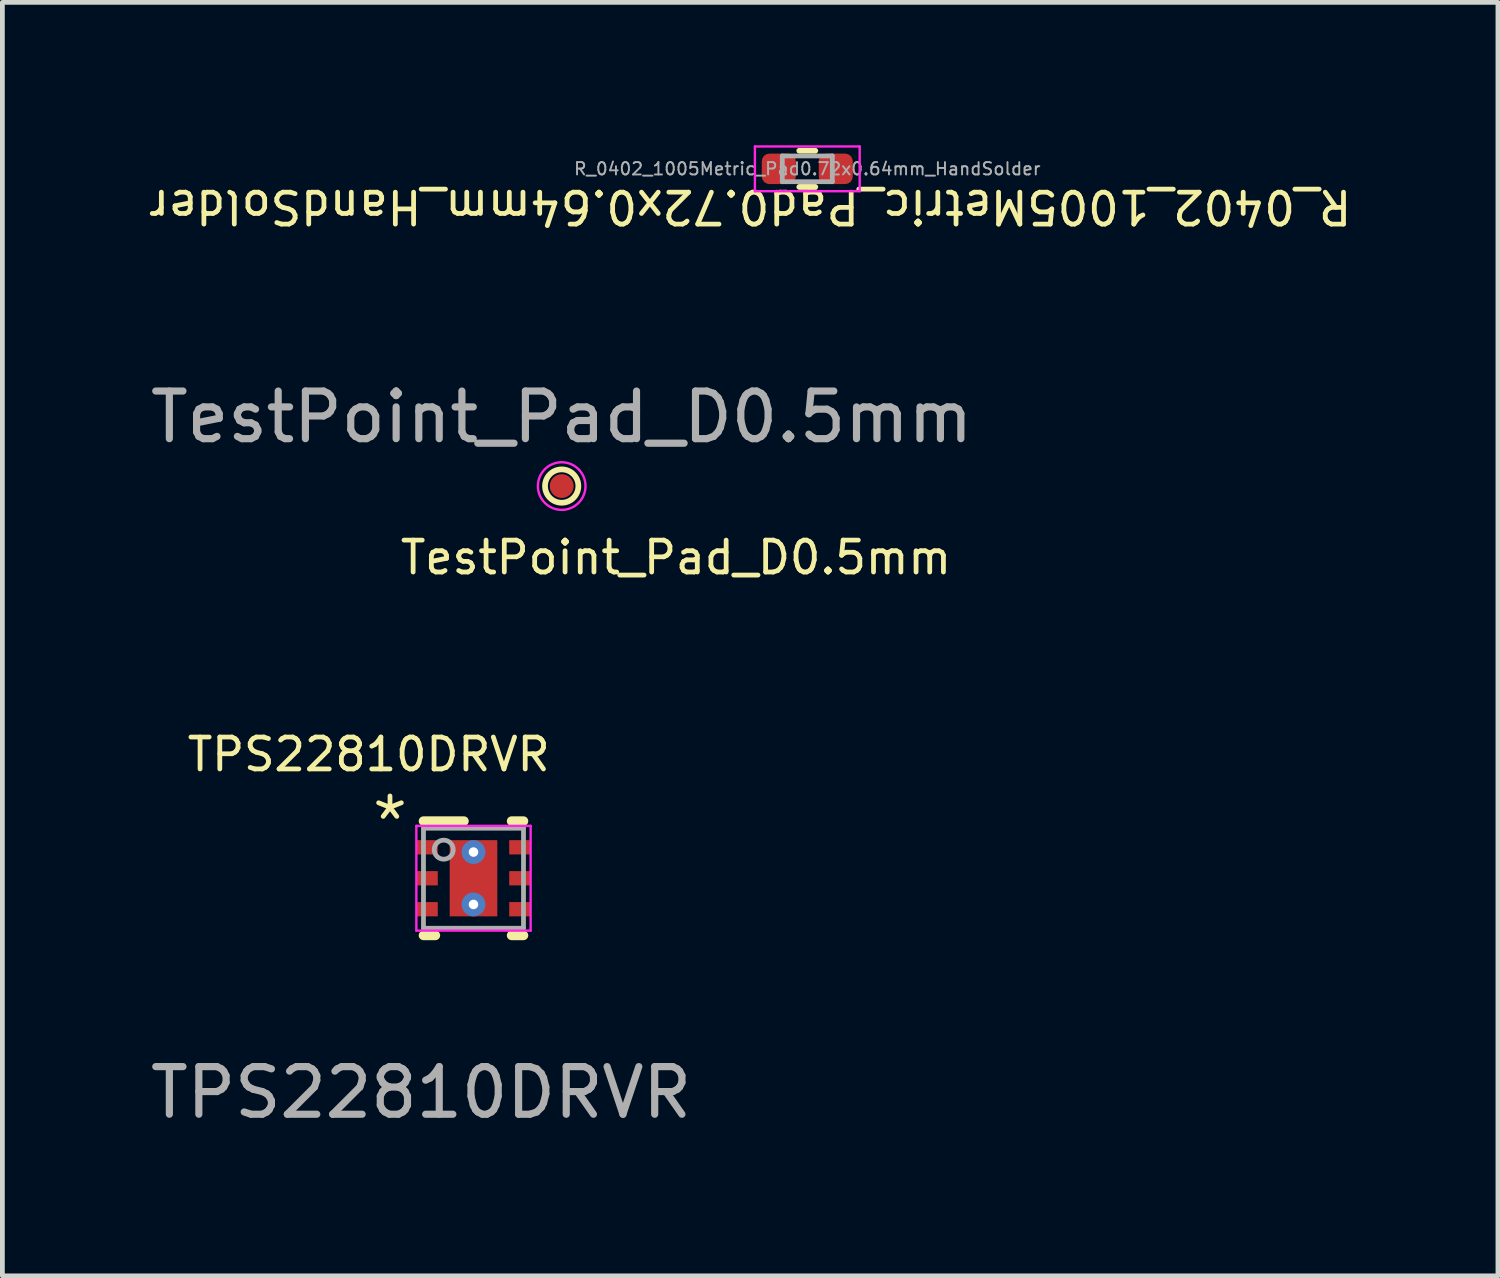
<source format=kicad_pcb>
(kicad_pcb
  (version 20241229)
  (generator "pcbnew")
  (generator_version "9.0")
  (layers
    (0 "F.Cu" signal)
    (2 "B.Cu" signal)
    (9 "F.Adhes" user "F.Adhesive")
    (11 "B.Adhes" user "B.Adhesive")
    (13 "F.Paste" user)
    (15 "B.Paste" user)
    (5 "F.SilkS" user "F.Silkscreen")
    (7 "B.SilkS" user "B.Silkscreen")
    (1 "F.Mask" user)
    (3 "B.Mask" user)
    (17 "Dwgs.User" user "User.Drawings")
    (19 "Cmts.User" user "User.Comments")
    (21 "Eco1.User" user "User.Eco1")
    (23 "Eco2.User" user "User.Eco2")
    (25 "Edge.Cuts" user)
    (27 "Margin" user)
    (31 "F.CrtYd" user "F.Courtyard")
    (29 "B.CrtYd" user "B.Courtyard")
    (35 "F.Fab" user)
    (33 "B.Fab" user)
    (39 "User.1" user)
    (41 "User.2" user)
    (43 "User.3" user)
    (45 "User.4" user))
  (footprint "TestPoint_Pad_D0.5mm"
    (layer "F.Cu")
    (at 8.744 7.156)
    (property "Reference" "TestPoint_Pad_D0.5mm" (at 2.4 1.5 0) (unlocked yes) (layer "F.SilkS") (effects (font (size 0.67 0.67) (thickness 0.1))))
    (attr exclude_from_pos_files exclude_from_bom)
    (fp_circle (center 0 0) (end 0.35 0) (stroke (width 0.12) (type solid)) (fill no) (layer "F.SilkS"))
    (fp_circle (center 0 0) (end 0.5 0) (stroke (width 0.05) (type solid)) (fill no) (layer "F.CrtYd"))
    (fp_text user "${REFERENCE}" (at 0 -1.45 0) (layer "F.Fab") (effects (font (size 1 1) (thickness 0.15))))
    (pad "1" smd circle (at 0 0) (size 0.5 0.5) (layers "F.Cu" "F.Mask")))
  (footprint "R_0402_1005Metric_Pad0.72x0.64mm_HandSolder"
    (layer "F.Cu")
    (at 13.901 0.495)
    (property "Reference" "R_0402_1005Metric_Pad0.72x0.64mm_HandSolder" (at -1.2 0.795 180) (unlocked yes) (layer "F.SilkS") (effects (font (size 0.67 0.67) (thickness 0.1))))
    (attr smd)
    (fp_line (start -0.168 -0.38) (end 0.168 -0.38) (stroke (width 0.12) (type solid)) (layer "F.SilkS"))
    (fp_line (start -0.168 0.38) (end 0.168 0.38) (stroke (width 0.12) (type solid)) (layer "F.SilkS"))
    (fp_line (start -1.1 -0.47) (end 1.1 -0.47) (stroke (width 0.05) (type solid)) (layer "F.CrtYd"))
    (fp_line (start -1.1 0.47) (end -1.1 -0.47) (stroke (width 0.05) (type solid)) (layer "F.CrtYd"))
    (fp_line (start 1.1 -0.47) (end 1.1 0.47) (stroke (width 0.05) (type solid)) (layer "F.CrtYd"))
    (fp_line (start 1.1 0.47) (end -1.1 0.47) (stroke (width 0.05) (type solid)) (layer "F.CrtYd"))
    (fp_line (start -0.525 -0.27) (end 0.525 -0.27) (stroke (width 0.1) (type solid)) (layer "F.Fab"))
    (fp_line (start -0.525 0.27) (end -0.525 -0.27) (stroke (width 0.1) (type solid)) (layer "F.Fab"))
    (fp_line (start 0.525 -0.27) (end 0.525 0.27) (stroke (width 0.1) (type solid)) (layer "F.Fab"))
    (fp_line (start 0.525 0.27) (end -0.525 0.27) (stroke (width 0.1) (type solid)) (layer "F.Fab"))
    (fp_text user "${REFERENCE}" (at 0 0 0) (layer "F.Fab") (effects (font (size 0.26 0.26) (thickness 0.04))))
    (pad "1" smd roundrect (at -0.598 0) (size 0.715 0.64) (layers "F.Cu" "F.Mask" "F.Paste") (roundrect_rratio 0.25))
    (pad "2" smd roundrect (at 0.598 0) (size 0.715 0.64) (layers "F.Cu" "F.Mask" "F.Paste") (roundrect_rratio 0.25)))
  (footprint "TPS22810DRVR"
    (layer "F.Cu")
    (at 6.892 15.391)
    (property "Reference" "TPS22810DRVR" (at -2.2 -2.6 0) (unlocked yes) (layer "F.SilkS") (effects (font (size 0.67 0.67) (thickness 0.1))))
    (attr smd)
    (fp_line (start -1.05 -1.2) (end -0.2 -1.2) (stroke (width 0.2) (type solid)) (layer "F.SilkS"))
    (fp_line (start -1.05 1.2) (end -0.8 1.2) (stroke (width 0.2) (type solid)) (layer "F.SilkS"))
    (fp_line (start 0.8 -1.2) (end 1.05 -1.2) (stroke (width 0.2) (type solid)) (layer "F.SilkS"))
    (fp_line (start 0.8 1.2) (end 1.05 1.2) (stroke (width 0.2) (type solid)) (layer "F.SilkS"))
    (fp_poly (pts (xy -0.5 -0.149) (xy -0.5 -0.751) (xy -0.499 -0.761) (xy -0.496 -0.77) (xy -0.492 -0.778) (xy -0.486 -0.786) (xy -0.478 -0.792) (xy -0.47 -0.796) (xy -0.461 -0.799) (xy -0.451 -0.8) (xy 0.451 -0.8) (xy 0.461 -0.799) (xy 0.47 -0.796) (xy 0.478 -0.792) (xy 0.486 -0.786) (xy 0.492 -0.778) (xy 0.496 -0.77) (xy 0.499 -0.761) (xy 0.5 -0.751) (xy 0.5 -0.149) (xy 0.499 -0.139) (xy 0.496 -0.13) (xy 0.492 -0.122) (xy 0.486 -0.114) (xy 0.478 -0.108) (xy 0.47 -0.104) (xy 0.461 -0.101) (xy 0.451 -0.1) (xy -0.451 -0.1) (xy -0.461 -0.101) (xy -0.47 -0.104) (xy -0.478 -0.108) (xy -0.486 -0.114) (xy -0.492 -0.122) (xy -0.496 -0.13) (xy -0.499 -0.139)) (stroke (width 0) (type solid)) (fill yes) (layer "F.Paste"))
    (fp_poly (pts (xy -0.5 0.751) (xy -0.5 0.149) (xy -0.499 0.139) (xy -0.496 0.13) (xy -0.492 0.122) (xy -0.486 0.114) (xy -0.478 0.108) (xy -0.47 0.104) (xy -0.461 0.101) (xy -0.451 0.1) (xy 0.451 0.1) (xy 0.461 0.101) (xy 0.47 0.104) (xy 0.478 0.108) (xy 0.486 0.114) (xy 0.492 0.122) (xy 0.496 0.13) (xy 0.499 0.139) (xy 0.5 0.149) (xy 0.5 0.751) (xy 0.499 0.761) (xy 0.496 0.77) (xy 0.492 0.778) (xy 0.486 0.786) (xy 0.478 0.792) (xy 0.47 0.796) (xy 0.461 0.799) (xy 0.451 0.8) (xy -0.451 0.8) (xy -0.461 0.799) (xy -0.47 0.796) (xy -0.478 0.792) (xy -0.486 0.786) (xy -0.492 0.778) (xy -0.496 0.77) (xy -0.499 0.761)) (stroke (width 0) (type solid)) (fill yes) (layer "F.Paste"))
    (fp_line (start -1.2 -1.1) (end -1.2 1.1) (stroke (width 0.05) (type default)) (layer "F.CrtYd"))
    (fp_line (start -1.2 1.1) (end 1.2 1.1) (stroke (width 0.05) (type default)) (layer "F.CrtYd"))
    (fp_line (start 1.2 -1.1) (end -1.2 -1.1) (stroke (width 0.05) (type default)) (layer "F.CrtYd"))
    (fp_line (start 1.2 1.1) (end 1.2 -1.1) (stroke (width 0.05) (type default)) (layer "F.CrtYd"))
    (fp_line (start -1.05 -1.05) (end 1.05 -1.05) (stroke (width 0.1) (type solid)) (layer "F.Fab"))
    (fp_line (start -1.05 1.05) (end -1.05 -1.05) (stroke (width 0.1) (type solid)) (layer "F.Fab"))
    (fp_line (start -1.05 1.05) (end 1.05 1.05) (stroke (width 0.1) (type solid)) (layer "F.Fab"))
    (fp_line (start 1.05 1.05) (end 1.05 -1.05) (stroke (width 0.1) (type solid)) (layer "F.Fab"))
    (fp_circle (center -0.625 -0.6) (end -0.425 -0.6) (stroke (width 0.1) (type solid)) (fill no) (layer "F.Fab"))
    (fp_text user "*" (at -2.2 -0.6 0) (unlocked yes) (layer "F.SilkS") (effects (font (size 1 1) (thickness 0.1)) (justify left bottom)))
    (fp_text user "${REFERENCE}" (at -1.1 4.5 0) (unlocked yes) (layer "F.Fab") (effects (font (size 1 1) (thickness 0.15))))
    (pad "1" smd rect (at -0.975 -0.65 90) (size 0.3 0.45) (layers "F.Cu" "F.Mask" "F.Paste"))
    (pad "2" smd rect (at -0.975 0 90) (size 0.3 0.45) (layers "F.Cu" "F.Mask" "F.Paste"))
    (pad "3" smd rect (at -0.975 0.65 90) (size 0.3 0.45) (layers "F.Cu" "F.Mask" "F.Paste"))
    (pad "4" smd rect (at 0.975 0.65 90) (size 0.3 0.45) (layers "F.Cu" "F.Mask" "F.Paste"))
    (pad "5" smd rect (at 0.975 0 90) (size 0.3 0.45) (layers "F.Cu" "F.Mask" "F.Paste"))
    (pad "6" smd rect (at 0.975 -0.65 90) (size 0.3 0.45) (layers "F.Cu" "F.Mask" "F.Paste"))
    (pad "7" thru_hole circle (at 0 -0.55) (size 0.5 0.5) (drill 0.2) (layers "*.Cu" "*.Mask"))
    (pad "7" smd rect (at 0 0) (size 1 1.6) (layers "F.Cu" "F.Mask" "F.Paste"))
    (pad "7" thru_hole circle (at 0 0.55) (size 0.5 0.5) (drill 0.2) (layers "*.Cu" "*.Mask")))
  (gr_rect
    (start -3 -3)
    (end 28.403 23.739)
    (stroke (width 0.1) (type default))
    (fill no)
    (layer "Edge.Cuts")))
</source>
